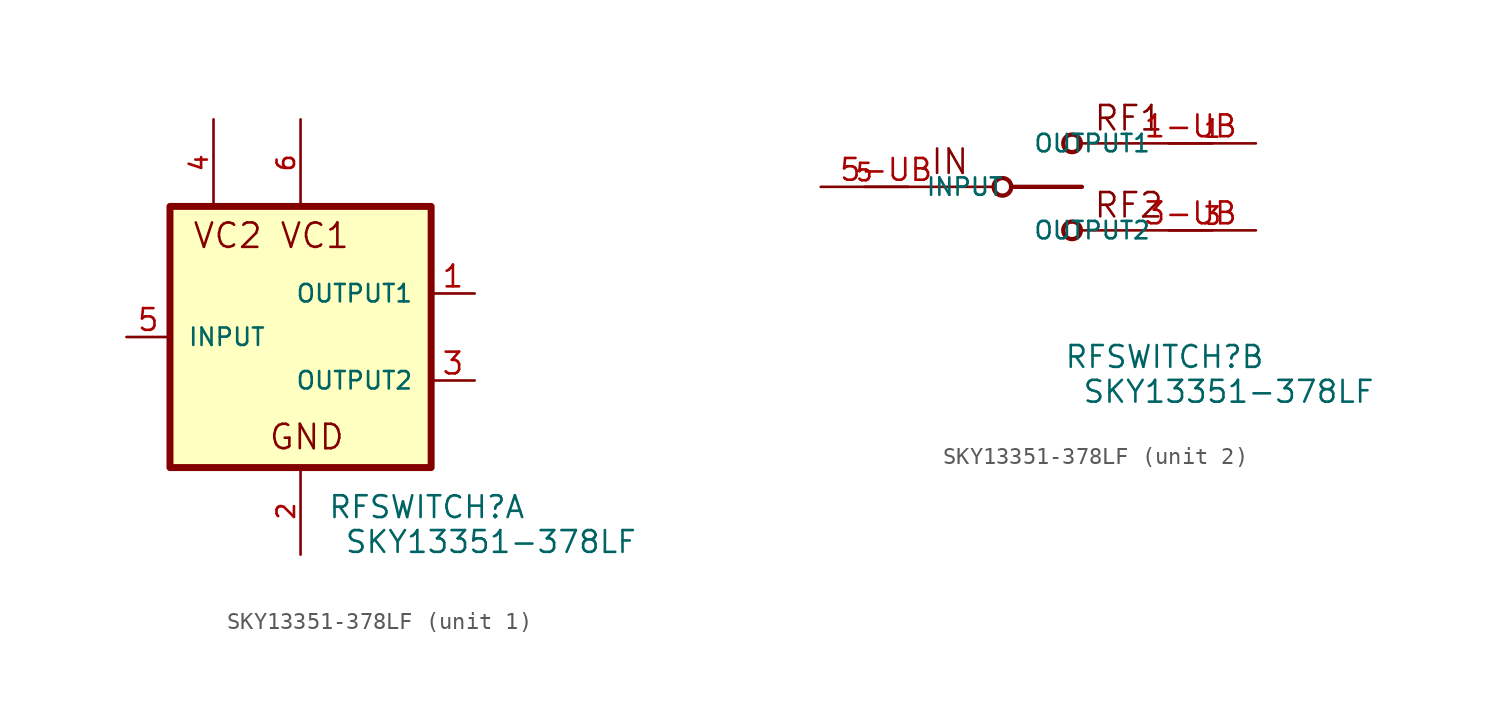
<source format=kicad_sym>
(kicad_symbol_lib
  (version 20231120)
  (generator "kicad_symbol_editor")
  (generator_version "8.0")
  (symbol "SKY13351-378LF"
    (pin_names
      (offset 1.016))
    (property "Reference" "RFSWITCH"
      (at 7.366 -10.668 0)
      (effects (font (size 1.27 1.27)) (justify bottom)))
    (property "Value" "SKY13351-378LF"
      (at 2.54 -12.7 0)
      (effects (font (size 1.27 1.27)) (justify left bottom)))
    (symbol "SKY13351-378LF_1_0"
      (rectangle (start -7.62 7.62) (end 7.62 -7.62) (stroke (width 0.406) (type default)) (fill (type background)))
      (text "GND" (at -1.905 -6.668 0) (effects (font (size 1.422 1.422)) (justify left bottom)))
      (text "VC1" (at -1.27 5.08 0) (effects (font (size 1.422 1.422)) (justify left bottom)))
      (text "VC2" (at -6.35 5.08 0) (effects (font (size 1.422 1.422)) (justify left bottom)))
      (pin output line (at 10.16 2.54 180) (length 2.54) (name "OUTPUT1" (effects (font (size 1.016 1.016)))) (number "1" (effects (font (size 1.27 1.27)))))
      (pin power_in line (at 0 -12.7 90) (length 5.08) (name "~" (effects (font (size 1.016 1.016)))) (number "2" (effects (font (size 1.016 1.016)))))
      (pin output line (at 10.16 -2.54 180) (length 2.54) (name "OUTPUT2" (effects (font (size 1.016 1.016)))) (number "3" (effects (font (size 1.27 1.27)))))
      (pin input line (at -5.08 12.7 270) (length 5.08) (name "~" (effects (font (size 1.016 1.016)))) (number "4" (effects (font (size 1.016 1.016)))))
      (pin input line (at -10.16 0 0) (length 2.54) (name "INPUT" (effects (font (size 1.016 1.016)))) (number "5" (effects (font (size 1.27 1.27)))))
      (pin input line (at 0 12.7 270) (length 5.08) (name "~" (effects (font (size 1.016 1.016)))) (number "6" (effects (font (size 1.016 1.016))))))
    (symbol "SKY13351-378LF_2_0"
      (circle (center -2.095 0) (radius 0.512) (stroke (width 0.254) (type default)) (fill (type none)))
      (polyline (pts (xy -7.62 0) (xy -2.54 0)) (stroke (width 0.152) (type default)) (fill (type none)))
      (polyline (pts (xy -1.524 0) (xy 2.54 0)) (stroke (width 0.254) (type default)) (fill (type none)))
      (polyline (pts (xy 7.62 -2.54) (xy 2.54 -2.54)) (stroke (width 0.152) (type default)) (fill (type none)))
      (polyline (pts (xy 7.62 2.54) (xy 2.54 2.54)) (stroke (width 0.152) (type default)) (fill (type none)))
      (circle (center 1.968 -2.54) (radius 0.512) (stroke (width 0.254) (type default)) (fill (type none)))
      (circle (center 1.968 2.54) (radius 0.512) (stroke (width 0.254) (type default)) (fill (type none)))
      (text "IN" (at -6.35 0.635 0) (effects (font (size 1.422 1.422)) (justify left bottom)))
      (text "RF1" (at 3.175 3.175 0) (effects (font (size 1.422 1.422)) (justify left bottom)))
      (text "RF2" (at 3.175 -1.905 0) (effects (font (size 1.422 1.422)) (justify left bottom)))
      (pin bidirectional line (at 12.7 2.54 180) (length 5.08) (name "~" (effects (font (size 1.016 1.016)))) (number "1" (effects (font (size 1.016 1.016)))))
      (pin output line (at 10.16 2.54 180) (length 2.54) (name "OUTPUT1" (effects (font (size 1.016 1.016)))) (number "1-UB" (effects (font (size 1.27 1.27)))))
      (pin bidirectional line (at 12.7 -2.54 180) (length 5.08) (name "~" (effects (font (size 1.016 1.016)))) (number "3" (effects (font (size 1.016 1.016)))))
      (pin output line (at 10.16 -2.54 180) (length 2.54) (name "OUTPUT2" (effects (font (size 1.016 1.016)))) (number "3-UB" (effects (font (size 1.27 1.27)))))
      (pin bidirectional line (at -12.7 0 0) (length 5.08) (name "~" (effects (font (size 1.016 1.016)))) (number "5" (effects (font (size 1.016 1.016)))))
      (pin input line (at -10.16 0 0) (length 2.54) (name "INPUT" (effects (font (size 1.016 1.016)))) (number "5-UB" (effects (font (size 1.27 1.27))))))))
</source>
